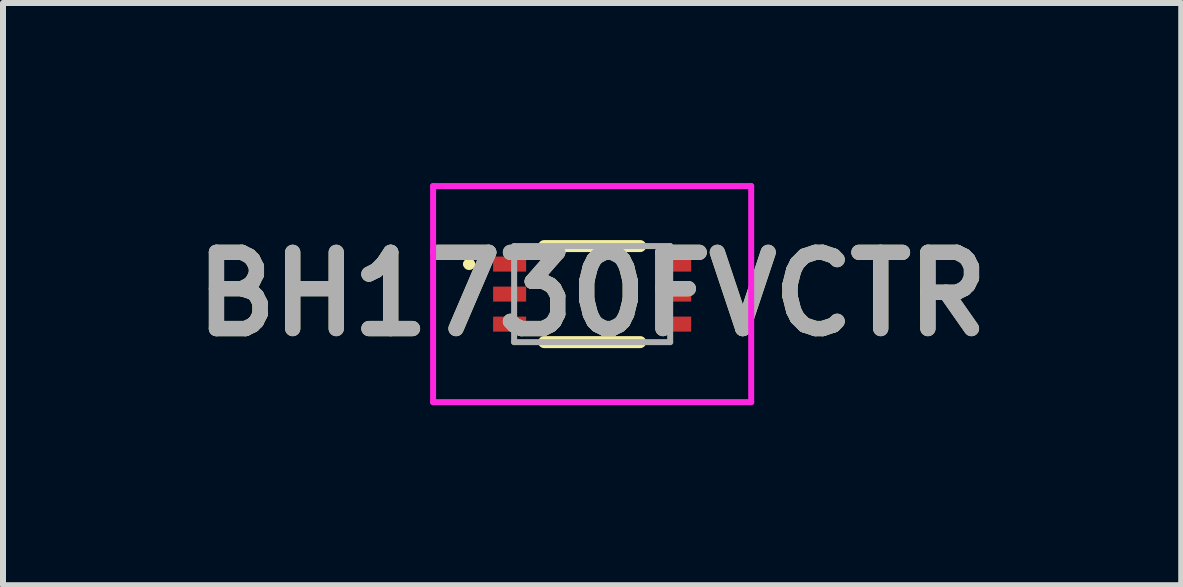
<source format=kicad_pcb>
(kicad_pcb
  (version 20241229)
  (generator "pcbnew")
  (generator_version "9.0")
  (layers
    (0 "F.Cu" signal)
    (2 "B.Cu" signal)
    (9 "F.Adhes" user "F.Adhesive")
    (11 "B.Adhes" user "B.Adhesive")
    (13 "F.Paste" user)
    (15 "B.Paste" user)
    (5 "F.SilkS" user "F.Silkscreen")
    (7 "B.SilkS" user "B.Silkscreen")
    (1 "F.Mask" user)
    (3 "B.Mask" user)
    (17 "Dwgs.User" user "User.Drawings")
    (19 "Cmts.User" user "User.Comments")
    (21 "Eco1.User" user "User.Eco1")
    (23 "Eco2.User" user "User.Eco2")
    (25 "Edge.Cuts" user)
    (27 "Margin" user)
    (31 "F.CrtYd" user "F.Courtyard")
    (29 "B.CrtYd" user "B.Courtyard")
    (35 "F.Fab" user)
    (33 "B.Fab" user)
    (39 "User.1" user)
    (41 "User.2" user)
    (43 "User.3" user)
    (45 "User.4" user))
  (footprint "BH1730FVCTR"
    (layer "F.Cu")
    (at 6.816 1.85)
    (property "Reference" "BH1730FVCTR" (at 0 0 0) (layer "F.SilkS") (effects (font (size 1.27 1.27) (thickness 0.254))))
    (attr smd)
    (fp_line (start -2.1 -0.5) (end -2.1 -0.5) (stroke (width 0.1) (type solid)) (layer "F.SilkS"))
    (fp_line (start -2 -0.5) (end -2 -0.5) (stroke (width 0.1) (type solid)) (layer "F.SilkS"))
    (fp_line (start -0.8 -0.8) (end 0.8 -0.8) (stroke (width 0.2) (type solid)) (layer "F.SilkS"))
    (fp_line (start -0.8 0.8) (end 0.8 0.8) (stroke (width 0.2) (type solid)) (layer "F.SilkS"))
    (fp_arc (start -2.1 -0.5) (mid -2.05 -0.55) (end -2 -0.5) (stroke (width 0.1) (type solid)) (layer "F.SilkS"))
    (fp_arc (start -2 -0.5) (mid -2.05 -0.45) (end -2.1 -0.5) (stroke (width 0.1) (type solid)) (layer "F.SilkS"))
    (fp_line (start -2.65 -1.8) (end 2.65 -1.8) (stroke (width 0.1) (type solid)) (layer "F.CrtYd"))
    (fp_line (start -2.65 1.8) (end -2.65 -1.8) (stroke (width 0.1) (type solid)) (layer "F.CrtYd"))
    (fp_line (start 2.65 -1.8) (end 2.65 1.8) (stroke (width 0.1) (type solid)) (layer "F.CrtYd"))
    (fp_line (start 2.65 1.8) (end -2.65 1.8) (stroke (width 0.1) (type solid)) (layer "F.CrtYd"))
    (fp_line (start -1.3 -0.8) (end -1.3 0.8) (stroke (width 0.1) (type solid)) (layer "F.Fab"))
    (fp_line (start -1.3 0.8) (end 1.3 0.8) (stroke (width 0.1) (type solid)) (layer "F.Fab"))
    (fp_line (start 1.3 -0.8) (end -1.3 -0.8) (stroke (width 0.1) (type solid)) (layer "F.Fab"))
    (fp_line (start 1.3 0.8) (end 1.3 -0.8) (stroke (width 0.1) (type solid)) (layer "F.Fab"))
    (fp_text user "${REFERENCE}" (at 0 0 0) (layer "F.Fab") (effects (font (size 1.27 1.27) (thickness 0.254))))
    (pad "1" smd rect (at -1.375 -0.5 90) (size 0.25 0.55) (layers "F.Cu" "F.Mask" "F.Paste"))
    (pad "2" smd rect (at -1.375 0 90) (size 0.25 0.55) (layers "F.Cu" "F.Mask" "F.Paste"))
    (pad "3" smd rect (at -1.375 0.5 90) (size 0.25 0.55) (layers "F.Cu" "F.Mask" "F.Paste"))
    (pad "4" smd rect (at 1.375 0.5 90) (size 0.25 0.55) (layers "F.Cu" "F.Mask" "F.Paste"))
    (pad "5" smd rect (at 1.375 0 90) (size 0.25 0.55) (layers "F.Cu" "F.Mask" "F.Paste"))
    (pad "6" smd rect (at 1.375 -0.5 90) (size 0.25 0.55) (layers "F.Cu" "F.Mask" "F.Paste")))
  (gr_rect
    (start -3 -3)
    (end 16.631 6.7)
    (stroke (width 0.1) (type default))
    (fill no)
    (layer "Edge.Cuts")))
</source>
